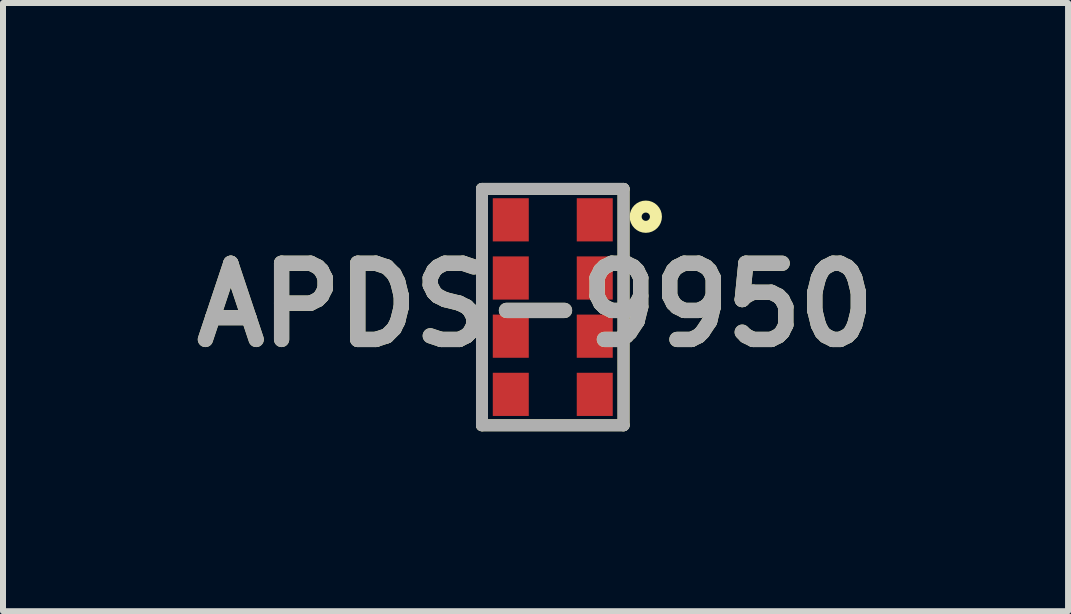
<source format=kicad_pcb>
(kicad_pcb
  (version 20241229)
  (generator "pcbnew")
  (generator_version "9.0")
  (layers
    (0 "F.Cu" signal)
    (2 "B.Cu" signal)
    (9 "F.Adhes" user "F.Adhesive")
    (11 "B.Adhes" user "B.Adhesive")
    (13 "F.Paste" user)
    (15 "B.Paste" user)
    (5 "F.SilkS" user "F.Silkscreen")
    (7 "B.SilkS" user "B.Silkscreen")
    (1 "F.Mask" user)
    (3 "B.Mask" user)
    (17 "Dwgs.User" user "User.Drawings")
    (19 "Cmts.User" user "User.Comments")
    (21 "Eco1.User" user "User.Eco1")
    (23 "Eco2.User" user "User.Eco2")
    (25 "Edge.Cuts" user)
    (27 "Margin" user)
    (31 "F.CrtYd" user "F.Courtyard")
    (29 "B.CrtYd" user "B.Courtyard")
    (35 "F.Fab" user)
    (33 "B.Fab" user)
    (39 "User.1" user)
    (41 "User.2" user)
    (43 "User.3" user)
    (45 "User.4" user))
  (footprint "APDS-9950"
    (layer "F.Cu")
    (at 6.166 2.07)
    (property "Reference" "APDS-9950" (at -0.288 -0.035 0) (layer "F.SilkS") (effects (font (size 1.27 1.27) (thickness 0.254))))
    (attr smd)
    (fp_line (start -1.18 -1.97) (end -1.18 1.97) (stroke (width 0.2) (type solid)) (layer "F.SilkS"))
    (fp_line (start -1.18 1.97) (end 1.18 1.97) (stroke (width 0.2) (type solid)) (layer "F.SilkS"))
    (fp_line (start 1.18 -1.97) (end -1.18 -1.97) (stroke (width 0.2) (type solid)) (layer "F.SilkS"))
    (fp_line (start 1.18 1.97) (end 1.18 -1.97) (stroke (width 0.2) (type solid)) (layer "F.SilkS"))
    (fp_circle (center 1.551 -1.507) (end 1.551 -1.438) (stroke (width 0.2) (type solid)) (fill no) (layer "F.SilkS"))
    (fp_line (start -1.18 -1.97) (end 1.18 -1.97) (stroke (width 0.2) (type solid)) (layer "F.Fab"))
    (fp_line (start -1.18 1.97) (end -1.18 -1.97) (stroke (width 0.2) (type solid)) (layer "F.Fab"))
    (fp_line (start 1.18 -1.97) (end 1.18 1.97) (stroke (width 0.2) (type solid)) (layer "F.Fab"))
    (fp_line (start 1.18 1.97) (end -1.18 1.97) (stroke (width 0.2) (type solid)) (layer "F.Fab"))
    (fp_text user "${REFERENCE}" (at -0.288 -0.035 0) (layer "F.Fab") (effects (font (size 1.27 1.27) (thickness 0.254))))
    (pad "1" smd rect (at 0.7 -1.455) (size 0.6 0.72) (layers "F.Cu" "F.Mask" "F.Paste"))
    (pad "2" smd rect (at 0.7 -0.485) (size 0.6 0.72) (layers "F.Cu" "F.Mask" "F.Paste"))
    (pad "3" smd rect (at 0.7 0.485) (size 0.6 0.72) (layers "F.Cu" "F.Mask" "F.Paste"))
    (pad "4" smd rect (at 0.7 1.455) (size 0.6 0.72) (layers "F.Cu" "F.Mask" "F.Paste"))
    (pad "5" smd rect (at -0.7 1.455) (size 0.6 0.72) (layers "F.Cu" "F.Mask" "F.Paste"))
    (pad "6" smd rect (at -0.7 0.485) (size 0.6 0.72) (layers "F.Cu" "F.Mask" "F.Paste"))
    (pad "7" smd rect (at -0.7 -0.485) (size 0.6 0.72) (layers "F.Cu" "F.Mask" "F.Paste"))
    (pad "8" smd rect (at -0.7 -1.455) (size 0.6 0.72) (layers "F.Cu" "F.Mask" "F.Paste")))
  (gr_rect
    (start -3 -3)
    (end 14.757 7.14)
    (stroke (width 0.1) (type default))
    (fill no)
    (layer "Edge.Cuts")))
</source>
